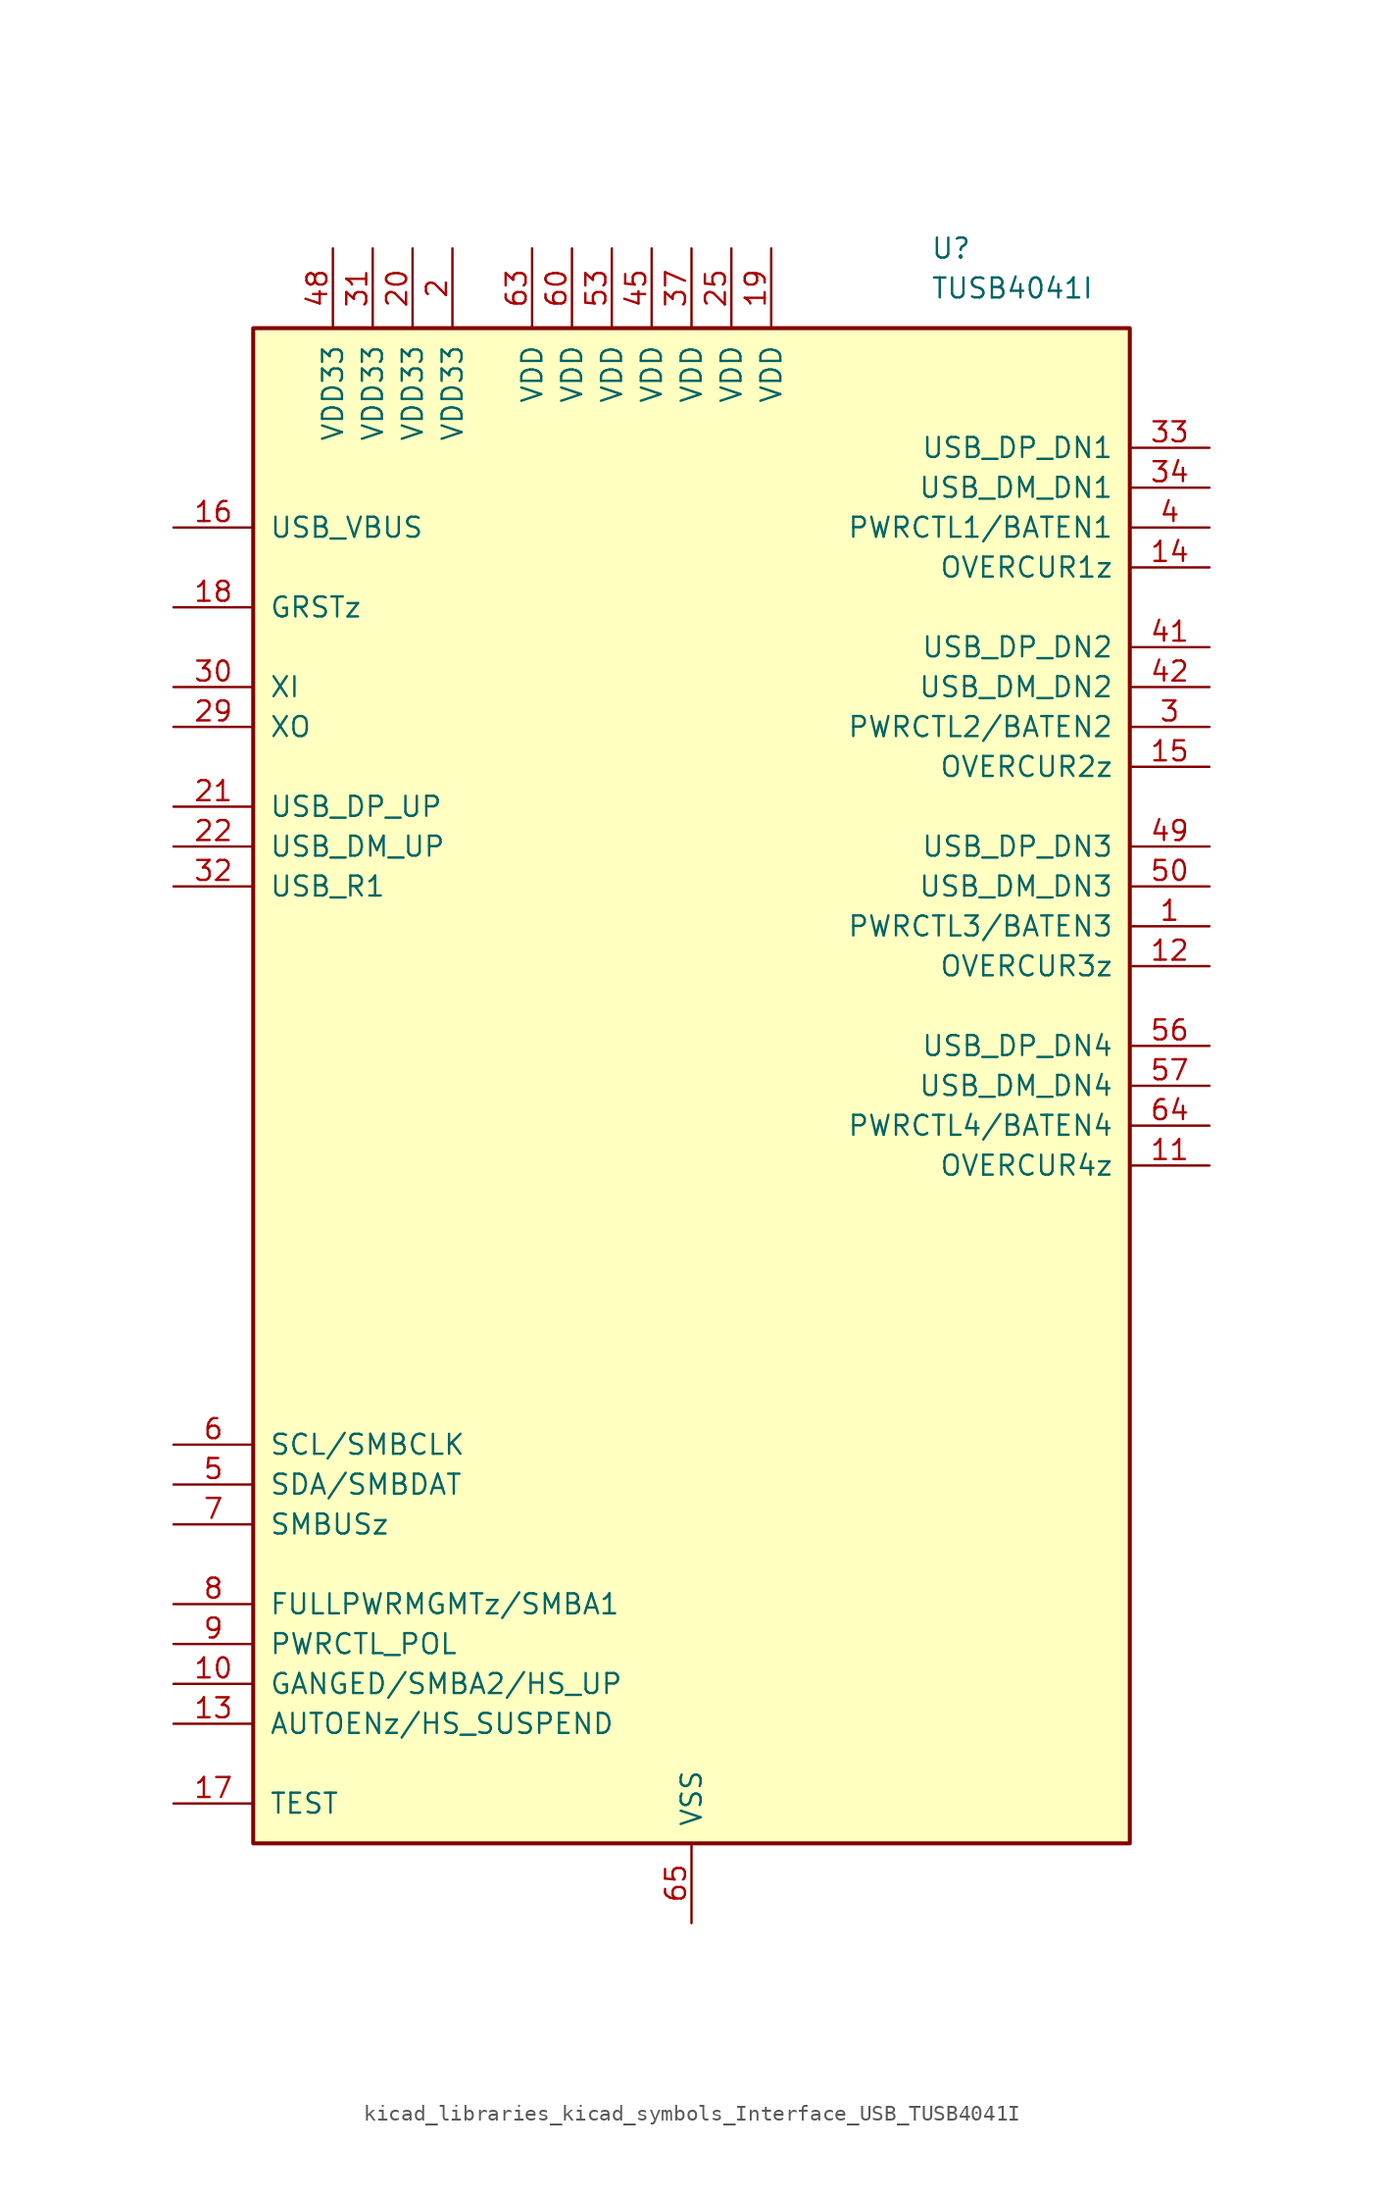
<source format=kicad_sym>
(kicad_symbol_lib
  (version 20220914)
  (generator kicad_symbol_editor)
  (symbol "kicad_libraries_kicad_symbols_Interface_USB_TUSB4041I"
    (pin_names
      (offset 1.016))
    (property "Reference" "U"
      (at 15.24 53.34 0)
      (effects (font (size 1.27 1.27)) (justify left)))
    (property "Value" "TUSB4041I"
      (at 15.24 50.8 0)
      (effects (font (size 1.27 1.27)) (justify left)))
    (symbol "kicad_libraries_kicad_symbols_Interface_USB_TUSB4041I_0_1"
      (rectangle (start -27.94 48.26) (end 27.94 -48.26) (stroke (width 0.254) (type default)) (fill (type background))))
    (symbol "kicad_libraries_kicad_symbols_Interface_USB_TUSB4041I_1_1"
      (pin bidirectional line (at 33.02 10.16 180) (length 5.08) (name "PWRCTL3/BATEN3" (effects (font (size 1.27 1.27)))) (number "1" (effects (font (size 1.27 1.27)))))
      (pin bidirectional line (at -33.02 -38.1 0) (length 5.08) (name "GANGED/SMBA2/HS_UP" (effects (font (size 1.27 1.27)))) (number "10" (effects (font (size 1.27 1.27)))))
      (pin input line (at 33.02 -5.08 180) (length 5.08) (name "OVERCUR4z" (effects (font (size 1.27 1.27)))) (number "11" (effects (font (size 1.27 1.27)))))
      (pin input line (at 33.02 7.62 180) (length 5.08) (name "OVERCUR3z" (effects (font (size 1.27 1.27)))) (number "12" (effects (font (size 1.27 1.27)))))
      (pin bidirectional line (at -33.02 -40.64 0) (length 5.08) (name "AUTOENz/HS_SUSPEND" (effects (font (size 1.27 1.27)))) (number "13" (effects (font (size 1.27 1.27)))))
      (pin input line (at 33.02 33.02 180) (length 5.08) (name "OVERCUR1z" (effects (font (size 1.27 1.27)))) (number "14" (effects (font (size 1.27 1.27)))))
      (pin input line (at 33.02 20.32 180) (length 5.08) (name "OVERCUR2z" (effects (font (size 1.27 1.27)))) (number "15" (effects (font (size 1.27 1.27)))))
      (pin input line (at -33.02 35.56 0) (length 5.08) (name "USB_VBUS" (effects (font (size 1.27 1.27)))) (number "16" (effects (font (size 1.27 1.27)))))
      (pin input line (at -33.02 -45.72 0) (length 5.08) (name "TEST" (effects (font (size 1.27 1.27)))) (number "17" (effects (font (size 1.27 1.27)))))
      (pin input line (at -33.02 30.48 0) (length 5.08) (name "GRSTz" (effects (font (size 1.27 1.27)))) (number "18" (effects (font (size 1.27 1.27)))))
      (pin power_in line (at 5.08 53.34 270) (length 5.08) (name "VDD" (effects (font (size 1.27 1.27)))) (number "19" (effects (font (size 1.27 1.27)))))
      (pin power_in line (at -15.24 53.34 270) (length 5.08) (name "VDD33" (effects (font (size 1.27 1.27)))) (number "2" (effects (font (size 1.27 1.27)))))
      (pin power_in line (at -17.78 53.34 270) (length 5.08) (name "VDD33" (effects (font (size 1.27 1.27)))) (number "20" (effects (font (size 1.27 1.27)))))
      (pin bidirectional line (at -33.02 17.78 0) (length 5.08) (name "USB_DP_UP" (effects (font (size 1.27 1.27)))) (number "21" (effects (font (size 1.27 1.27)))))
      (pin bidirectional line (at -33.02 15.24 0) (length 5.08) (name "USB_DM_UP" (effects (font (size 1.27 1.27)))) (number "22" (effects (font (size 1.27 1.27)))))
      (pin no_connect line (at 27.94 -17.78 180) (length 5.08) hide (name "RSVD" (effects (font (size 1.27 1.27)))) (number "23" (effects (font (size 1.27 1.27)))))
      (pin no_connect line (at 27.94 -20.32 180) (length 5.08) hide (name "RSVD" (effects (font (size 1.27 1.27)))) (number "24" (effects (font (size 1.27 1.27)))))
      (pin power_in line (at 2.54 53.34 270) (length 5.08) (name "VDD" (effects (font (size 1.27 1.27)))) (number "25" (effects (font (size 1.27 1.27)))))
      (pin no_connect line (at 27.94 -22.86 180) (length 5.08) hide (name "RSVD" (effects (font (size 1.27 1.27)))) (number "26" (effects (font (size 1.27 1.27)))))
      (pin no_connect line (at 27.94 -25.4 180) (length 5.08) hide (name "RSVD" (effects (font (size 1.27 1.27)))) (number "27" (effects (font (size 1.27 1.27)))))
      (pin no_connect line (at 27.94 -43.18 180) (length 5.08) hide (name "NC" (effects (font (size 1.27 1.27)))) (number "28" (effects (font (size 1.27 1.27)))))
      (pin output line (at -33.02 22.86 0) (length 5.08) (name "XO" (effects (font (size 1.27 1.27)))) (number "29" (effects (font (size 1.27 1.27)))))
      (pin bidirectional line (at 33.02 22.86 180) (length 5.08) (name "PWRCTL2/BATEN2" (effects (font (size 1.27 1.27)))) (number "3" (effects (font (size 1.27 1.27)))))
      (pin input line (at -33.02 25.4 0) (length 5.08) (name "XI" (effects (font (size 1.27 1.27)))) (number "30" (effects (font (size 1.27 1.27)))))
      (pin power_in line (at -20.32 53.34 270) (length 5.08) (name "VDD33" (effects (font (size 1.27 1.27)))) (number "31" (effects (font (size 1.27 1.27)))))
      (pin input line (at -33.02 12.7 0) (length 5.08) (name "USB_R1" (effects (font (size 1.27 1.27)))) (number "32" (effects (font (size 1.27 1.27)))))
      (pin bidirectional line (at 33.02 40.64 180) (length 5.08) (name "USB_DP_DN1" (effects (font (size 1.27 1.27)))) (number "33" (effects (font (size 1.27 1.27)))))
      (pin bidirectional line (at 33.02 38.1 180) (length 5.08) (name "USB_DM_DN1" (effects (font (size 1.27 1.27)))) (number "34" (effects (font (size 1.27 1.27)))))
      (pin no_connect line (at 27.94 -27.94 180) (length 5.08) hide (name "RSVD" (effects (font (size 1.27 1.27)))) (number "35" (effects (font (size 1.27 1.27)))))
      (pin no_connect line (at 27.94 -30.48 180) (length 5.08) hide (name "RSVD" (effects (font (size 1.27 1.27)))) (number "36" (effects (font (size 1.27 1.27)))))
      (pin power_in line (at 0 53.34 270) (length 5.08) (name "VDD" (effects (font (size 1.27 1.27)))) (number "37" (effects (font (size 1.27 1.27)))))
      (pin no_connect line (at 27.94 -33.02 180) (length 5.08) hide (name "RSVD" (effects (font (size 1.27 1.27)))) (number "38" (effects (font (size 1.27 1.27)))))
      (pin no_connect line (at 27.94 -35.56 180) (length 5.08) hide (name "RSVD" (effects (font (size 1.27 1.27)))) (number "39" (effects (font (size 1.27 1.27)))))
      (pin bidirectional line (at 33.02 35.56 180) (length 5.08) (name "PWRCTL1/BATEN1" (effects (font (size 1.27 1.27)))) (number "4" (effects (font (size 1.27 1.27)))))
      (pin no_connect line (at 27.94 -45.72 180) (length 5.08) hide (name "NC" (effects (font (size 1.27 1.27)))) (number "40" (effects (font (size 1.27 1.27)))))
      (pin bidirectional line (at 33.02 27.94 180) (length 5.08) (name "USB_DP_DN2" (effects (font (size 1.27 1.27)))) (number "41" (effects (font (size 1.27 1.27)))))
      (pin bidirectional line (at 33.02 25.4 180) (length 5.08) (name "USB_DM_DN2" (effects (font (size 1.27 1.27)))) (number "42" (effects (font (size 1.27 1.27)))))
      (pin no_connect line (at 27.94 -38.1 180) (length 5.08) hide (name "RSVD" (effects (font (size 1.27 1.27)))) (number "43" (effects (font (size 1.27 1.27)))))
      (pin no_connect line (at -27.94 7.62 0) (length 5.08) hide (name "RSVD" (effects (font (size 1.27 1.27)))) (number "44" (effects (font (size 1.27 1.27)))))
      (pin power_in line (at -2.54 53.34 270) (length 5.08) (name "VDD" (effects (font (size 1.27 1.27)))) (number "45" (effects (font (size 1.27 1.27)))))
      (pin no_connect line (at -27.94 5.08 0) (length 5.08) hide (name "RSVD" (effects (font (size 1.27 1.27)))) (number "46" (effects (font (size 1.27 1.27)))))
      (pin no_connect line (at -27.94 2.54 0) (length 5.08) hide (name "RSVD" (effects (font (size 1.27 1.27)))) (number "47" (effects (font (size 1.27 1.27)))))
      (pin power_in line (at -22.86 53.34 270) (length 5.08) (name "VDD33" (effects (font (size 1.27 1.27)))) (number "48" (effects (font (size 1.27 1.27)))))
      (pin bidirectional line (at 33.02 15.24 180) (length 5.08) (name "USB_DP_DN3" (effects (font (size 1.27 1.27)))) (number "49" (effects (font (size 1.27 1.27)))))
      (pin bidirectional line (at -33.02 -25.4 0) (length 5.08) (name "SDA/SMBDAT" (effects (font (size 1.27 1.27)))) (number "5" (effects (font (size 1.27 1.27)))))
      (pin bidirectional line (at 33.02 12.7 180) (length 5.08) (name "USB_DM_DN3" (effects (font (size 1.27 1.27)))) (number "50" (effects (font (size 1.27 1.27)))))
      (pin no_connect line (at -27.94 0 0) (length 5.08) hide (name "RSVD" (effects (font (size 1.27 1.27)))) (number "51" (effects (font (size 1.27 1.27)))))
      (pin no_connect line (at -27.94 -2.54 0) (length 5.08) hide (name "RSVD" (effects (font (size 1.27 1.27)))) (number "52" (effects (font (size 1.27 1.27)))))
      (pin power_in line (at -5.08 53.34 270) (length 5.08) (name "VDD" (effects (font (size 1.27 1.27)))) (number "53" (effects (font (size 1.27 1.27)))))
      (pin no_connect line (at -27.94 -5.08 0) (length 5.08) hide (name "RSVD" (effects (font (size 1.27 1.27)))) (number "54" (effects (font (size 1.27 1.27)))))
      (pin no_connect line (at -27.94 -7.62 0) (length 5.08) hide (name "RSVD" (effects (font (size 1.27 1.27)))) (number "55" (effects (font (size 1.27 1.27)))))
      (pin bidirectional line (at 33.02 2.54 180) (length 5.08) (name "USB_DP_DN4" (effects (font (size 1.27 1.27)))) (number "56" (effects (font (size 1.27 1.27)))))
      (pin bidirectional line (at 33.02 0 180) (length 5.08) (name "USB_DM_DN4" (effects (font (size 1.27 1.27)))) (number "57" (effects (font (size 1.27 1.27)))))
      (pin no_connect line (at -27.94 -10.16 0) (length 5.08) hide (name "RSVD" (effects (font (size 1.27 1.27)))) (number "58" (effects (font (size 1.27 1.27)))))
      (pin no_connect line (at -27.94 -12.7 0) (length 5.08) hide (name "RSVD" (effects (font (size 1.27 1.27)))) (number "59" (effects (font (size 1.27 1.27)))))
      (pin bidirectional line (at -33.02 -22.86 0) (length 5.08) (name "SCL/SMBCLK" (effects (font (size 1.27 1.27)))) (number "6" (effects (font (size 1.27 1.27)))))
      (pin power_in line (at -7.62 53.34 270) (length 5.08) (name "VDD" (effects (font (size 1.27 1.27)))) (number "60" (effects (font (size 1.27 1.27)))))
      (pin no_connect line (at -27.94 -15.24 0) (length 5.08) hide (name "RSVD" (effects (font (size 1.27 1.27)))) (number "61" (effects (font (size 1.27 1.27)))))
      (pin no_connect line (at -27.94 -17.78 0) (length 5.08) hide (name "RSVD" (effects (font (size 1.27 1.27)))) (number "62" (effects (font (size 1.27 1.27)))))
      (pin power_in line (at -10.16 53.34 270) (length 5.08) (name "VDD" (effects (font (size 1.27 1.27)))) (number "63" (effects (font (size 1.27 1.27)))))
      (pin bidirectional line (at 33.02 -2.54 180) (length 5.08) (name "PWRCTL4/BATEN4" (effects (font (size 1.27 1.27)))) (number "64" (effects (font (size 1.27 1.27)))))
      (pin power_in line (at 0 -53.34 90) (length 5.08) (name "VSS" (effects (font (size 1.27 1.27)))) (number "65" (effects (font (size 1.27 1.27)))))
      (pin bidirectional line (at -33.02 -27.94 0) (length 5.08) (name "SMBUSz" (effects (font (size 1.27 1.27)))) (number "7" (effects (font (size 1.27 1.27)))))
      (pin bidirectional line (at -33.02 -33.02 0) (length 5.08) (name "FULLPWRMGMTz/SMBA1" (effects (font (size 1.27 1.27)))) (number "8" (effects (font (size 1.27 1.27)))))
      (pin bidirectional line (at -33.02 -35.56 0) (length 5.08) (name "PWRCTL_POL" (effects (font (size 1.27 1.27)))) (number "9" (effects (font (size 1.27 1.27))))))))
</source>
